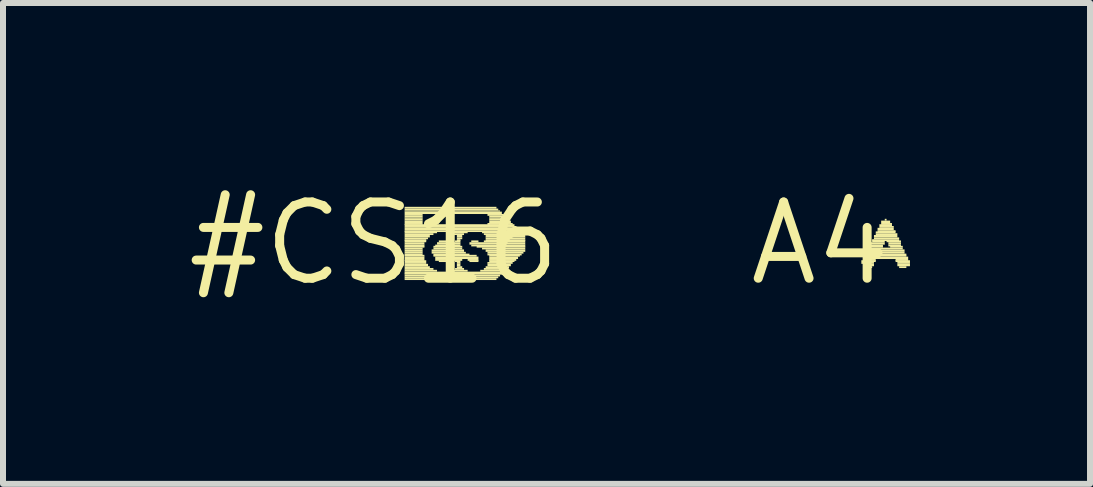
<source format=kicad_pcb>
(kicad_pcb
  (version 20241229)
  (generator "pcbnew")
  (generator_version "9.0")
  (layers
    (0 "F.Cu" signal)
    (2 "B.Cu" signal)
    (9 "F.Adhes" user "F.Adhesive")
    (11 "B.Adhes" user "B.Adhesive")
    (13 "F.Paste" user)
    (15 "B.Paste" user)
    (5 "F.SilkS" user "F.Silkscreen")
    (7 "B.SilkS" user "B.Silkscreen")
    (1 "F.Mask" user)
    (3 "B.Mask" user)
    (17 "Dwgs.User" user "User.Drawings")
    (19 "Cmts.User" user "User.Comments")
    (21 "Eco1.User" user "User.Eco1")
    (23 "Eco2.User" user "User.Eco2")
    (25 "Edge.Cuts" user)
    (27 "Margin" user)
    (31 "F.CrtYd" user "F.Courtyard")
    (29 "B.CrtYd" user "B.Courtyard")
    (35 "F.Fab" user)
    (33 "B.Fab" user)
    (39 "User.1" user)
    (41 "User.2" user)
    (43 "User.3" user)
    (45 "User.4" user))
  (footprint "A4"
    (layer "F.Cu")
    (at 10.612 1.006)
    (property "Reference" "A4" (at 0 0 0) (layer "F.SilkS") (effects (font (size 1.27 1.27) (thickness 0.15))))
    (fp_poly (pts (xy 0.69 0.31) (xy 0.93 0.31) (xy 0.93 0.28) (xy 0.69 0.28)) (stroke (width 0) (type solid)) (fill yes) (layer "F.SilkS"))
    (fp_poly (pts (xy 0.69 0.34) (xy 0.9 0.34) (xy 0.9 0.31) (xy 0.69 0.31)) (stroke (width 0) (type solid)) (fill yes) (layer "F.SilkS"))
    (fp_poly (pts (xy 0.72 0.26) (xy 1.47 0.26) (xy 1.47 0.22) (xy 0.72 0.22)) (stroke (width 0) (type solid)) (fill yes) (layer "F.SilkS"))
    (fp_poly (pts (xy 0.72 0.29) (xy 0.93 0.29) (xy 0.93 0.26) (xy 0.72 0.26)) (stroke (width 0) (type solid)) (fill yes) (layer "F.SilkS"))
    (fp_poly (pts (xy 0.72 0.38) (xy 0.9 0.38) (xy 0.9 0.34) (xy 0.72 0.34)) (stroke (width 0) (type solid)) (fill yes) (layer "F.SilkS"))
    (fp_poly (pts (xy 0.75 0.2) (xy 1.44 0.2) (xy 1.44 0.17) (xy 0.75 0.17)) (stroke (width 0) (type solid)) (fill yes) (layer "F.SilkS"))
    (fp_poly (pts (xy 0.75 0.22) (xy 1.44 0.22) (xy 1.44 0.19) (xy 0.75 0.19)) (stroke (width 0) (type solid)) (fill yes) (layer "F.SilkS"))
    (fp_poly (pts (xy 0.75 0.41) (xy 0.87 0.41) (xy 0.87 0.38) (xy 0.75 0.38)) (stroke (width 0) (type solid)) (fill yes) (layer "F.SilkS"))
    (fp_poly (pts (xy 0.78 0.14) (xy 1.41 0.14) (xy 1.41 0.1) (xy 0.78 0.1)) (stroke (width 0) (type solid)) (fill yes) (layer "F.SilkS"))
    (fp_poly (pts (xy 0.78 0.17) (xy 1.41 0.17) (xy 1.41 0.14) (xy 0.78 0.14)) (stroke (width 0) (type solid)) (fill yes) (layer "F.SilkS"))
    (fp_poly (pts (xy 0.81 0.07) (xy 1.05 0.07) (xy 1.05 0.04) (xy 0.81 0.04)) (stroke (width 0) (type solid)) (fill yes) (layer "F.SilkS"))
    (fp_poly (pts (xy 0.81 0.1) (xy 1.38 0.1) (xy 1.38 0.07) (xy 0.81 0.07)) (stroke (width 0) (type solid)) (fill yes) (layer "F.SilkS"))
    (fp_poly (pts (xy 0.84 0.02) (xy 1.08 0.02) (xy 1.08 -0.02) (xy 0.84 -0.02)) (stroke (width 0) (type solid)) (fill yes) (layer "F.SilkS"))
    (fp_poly (pts (xy 0.84 0.05) (xy 1.05 0.05) (xy 1.05 0.02) (xy 0.84 0.02)) (stroke (width 0) (type solid)) (fill yes) (layer "F.SilkS"))
    (fp_poly (pts (xy 0.87 -0.04) (xy 1.32 -0.04) (xy 1.32 -0.07) (xy 0.87 -0.07)) (stroke (width 0) (type solid)) (fill yes) (layer "F.SilkS"))
    (fp_poly (pts (xy 0.87 -0.02) (xy 1.08 -0.02) (xy 1.08 -0.05) (xy 0.87 -0.05)) (stroke (width 0) (type solid)) (fill yes) (layer "F.SilkS"))
    (fp_poly (pts (xy 0.9 -0.1) (xy 1.29 -0.1) (xy 1.29 -0.14) (xy 0.9 -0.14)) (stroke (width 0) (type solid)) (fill yes) (layer "F.SilkS"))
    (fp_poly (pts (xy 0.9 -0.07) (xy 1.32 -0.07) (xy 1.32 -0.1) (xy 0.9 -0.1)) (stroke (width 0) (type solid)) (fill yes) (layer "F.SilkS"))
    (fp_poly (pts (xy 0.93 -0.17) (xy 1.26 -0.17) (xy 1.26 -0.2) (xy 0.93 -0.2)) (stroke (width 0) (type solid)) (fill yes) (layer "F.SilkS"))
    (fp_poly (pts (xy 0.93 -0.14) (xy 1.29 -0.14) (xy 1.29 -0.17) (xy 0.93 -0.17)) (stroke (width 0) (type solid)) (fill yes) (layer "F.SilkS"))
    (fp_poly (pts (xy 0.96 -0.22) (xy 1.23 -0.22) (xy 1.23 -0.26) (xy 0.96 -0.26)) (stroke (width 0) (type solid)) (fill yes) (layer "F.SilkS"))
    (fp_poly (pts (xy 0.96 -0.19) (xy 1.26 -0.19) (xy 1.26 -0.22) (xy 0.96 -0.22)) (stroke (width 0) (type solid)) (fill yes) (layer "F.SilkS"))
    (fp_poly (pts (xy 0.99 -0.29) (xy 1.2 -0.29) (xy 1.2 -0.32) (xy 0.99 -0.32)) (stroke (width 0) (type solid)) (fill yes) (layer "F.SilkS"))
    (fp_poly (pts (xy 0.99 -0.26) (xy 1.23 -0.26) (xy 1.23 -0.29) (xy 0.99 -0.29)) (stroke (width 0) (type solid)) (fill yes) (layer "F.SilkS"))
    (fp_poly (pts (xy 1.02 -0.34) (xy 1.17 -0.34) (xy 1.17 -0.38) (xy 1.02 -0.38)) (stroke (width 0) (type solid)) (fill yes) (layer "F.SilkS"))
    (fp_poly (pts (xy 1.02 -0.31) (xy 1.2 -0.31) (xy 1.2 -0.34) (xy 1.02 -0.34)) (stroke (width 0) (type solid)) (fill yes) (layer "F.SilkS"))
    (fp_poly (pts (xy 1.08 -0.38) (xy 1.11 -0.38) (xy 1.11 -0.41) (xy 1.08 -0.41)) (stroke (width 0) (type solid)) (fill yes) (layer "F.SilkS"))
    (fp_poly (pts (xy 1.11 -0.02) (xy 1.35 -0.02) (xy 1.35 -0.05) (xy 1.11 -0.05)) (stroke (width 0) (type solid)) (fill yes) (layer "F.SilkS"))
    (fp_poly (pts (xy 1.14 0.02) (xy 1.35 0.02) (xy 1.35 -0.02) (xy 1.14 -0.02)) (stroke (width 0) (type solid)) (fill yes) (layer "F.SilkS"))
    (fp_poly (pts (xy 1.14 0.05) (xy 1.35 0.05) (xy 1.35 0.02) (xy 1.14 0.02)) (stroke (width 0) (type solid)) (fill yes) (layer "F.SilkS"))
    (fp_poly (pts (xy 1.17 0.07) (xy 1.38 0.07) (xy 1.38 0.04) (xy 1.17 0.04)) (stroke (width 0) (type solid)) (fill yes) (layer "F.SilkS"))
    (fp_poly (pts (xy 1.26 0.29) (xy 1.47 0.29) (xy 1.47 0.26) (xy 1.26 0.26)) (stroke (width 0) (type solid)) (fill yes) (layer "F.SilkS"))
    (fp_poly (pts (xy 1.26 0.31) (xy 1.5 0.31) (xy 1.5 0.28) (xy 1.26 0.28)) (stroke (width 0) (type solid)) (fill yes) (layer "F.SilkS"))
    (fp_poly (pts (xy 1.29 0.34) (xy 1.5 0.34) (xy 1.5 0.31) (xy 1.29 0.31)) (stroke (width 0) (type solid)) (fill yes) (layer "F.SilkS"))
    (fp_poly (pts (xy 1.29 0.38) (xy 1.5 0.38) (xy 1.5 0.34) (xy 1.29 0.34)) (stroke (width 0) (type solid)) (fill yes) (layer "F.SilkS"))
    (fp_poly (pts (xy 1.32 0.41) (xy 1.44 0.41) (xy 1.44 0.38) (xy 1.32 0.38)) (stroke (width 0) (type solid)) (fill yes) (layer "F.SilkS")))
  (footprint "#CS16"
    (layer "F.Cu")
    (at 3.182 1.006)
    (property "Reference" "#CS16" (at 0 0 0) (layer "F.SilkS") (effects (font (size 1.27 1.27) (thickness 0.15))))
    (fp_poly (pts (xy 0.51 -0.58) (xy 2.04 -0.58) (xy 2.04 -0.61) (xy 0.51 -0.61)) (stroke (width 0) (type solid)) (fill yes) (layer "F.SilkS"))
    (fp_poly (pts (xy 0.51 -0.55) (xy 2.07 -0.55) (xy 2.07 -0.58) (xy 0.51 -0.58)) (stroke (width 0) (type solid)) (fill yes) (layer "F.SilkS"))
    (fp_poly (pts (xy 0.51 -0.53) (xy 2.1 -0.53) (xy 2.1 -0.55) (xy 0.51 -0.55)) (stroke (width 0) (type solid)) (fill yes) (layer "F.SilkS"))
    (fp_poly (pts (xy 0.51 -0.49) (xy 2.13 -0.49) (xy 2.13 -0.53) (xy 0.51 -0.53)) (stroke (width 0) (type solid)) (fill yes) (layer "F.SilkS"))
    (fp_poly (pts (xy 0.51 -0.46) (xy 0.81 -0.46) (xy 0.81 -0.49) (xy 0.51 -0.49)) (stroke (width 0) (type solid)) (fill yes) (layer "F.SilkS"))
    (fp_poly (pts (xy 0.51 -0.43) (xy 0.81 -0.43) (xy 0.81 -0.46) (xy 0.51 -0.46)) (stroke (width 0) (type solid)) (fill yes) (layer "F.SilkS"))
    (fp_poly (pts (xy 0.51 -0.41) (xy 0.81 -0.41) (xy 0.81 -0.43) (xy 0.51 -0.43)) (stroke (width 0) (type solid)) (fill yes) (layer "F.SilkS"))
    (fp_poly (pts (xy 0.51 -0.38) (xy 0.81 -0.38) (xy 0.81 -0.41) (xy 0.51 -0.41)) (stroke (width 0) (type solid)) (fill yes) (layer "F.SilkS"))
    (fp_poly (pts (xy 0.51 -0.34) (xy 0.81 -0.34) (xy 0.81 -0.38) (xy 0.51 -0.38)) (stroke (width 0) (type solid)) (fill yes) (layer "F.SilkS"))
    (fp_poly (pts (xy 0.51 -0.31) (xy 0.81 -0.31) (xy 0.81 -0.34) (xy 0.51 -0.34)) (stroke (width 0) (type solid)) (fill yes) (layer "F.SilkS"))
    (fp_poly (pts (xy 0.51 -0.29) (xy 2.34 -0.29) (xy 2.34 -0.32) (xy 0.51 -0.32)) (stroke (width 0) (type solid)) (fill yes) (layer "F.SilkS"))
    (fp_poly (pts (xy 0.51 -0.26) (xy 2.37 -0.26) (xy 2.37 -0.29) (xy 0.51 -0.29)) (stroke (width 0) (type solid)) (fill yes) (layer "F.SilkS"))
    (fp_poly (pts (xy 0.51 -0.22) (xy 2.4 -0.22) (xy 2.4 -0.26) (xy 0.51 -0.26)) (stroke (width 0) (type solid)) (fill yes) (layer "F.SilkS"))
    (fp_poly (pts (xy 0.51 -0.19) (xy 2.43 -0.19) (xy 2.43 -0.22) (xy 0.51 -0.22)) (stroke (width 0) (type solid)) (fill yes) (layer "F.SilkS"))
    (fp_poly (pts (xy 0.51 -0.17) (xy 1.05 -0.17) (xy 1.05 -0.2) (xy 0.51 -0.2)) (stroke (width 0) (type solid)) (fill yes) (layer "F.SilkS"))
    (fp_poly (pts (xy 0.51 -0.14) (xy 0.99 -0.14) (xy 0.99 -0.17) (xy 0.51 -0.17)) (stroke (width 0) (type solid)) (fill yes) (layer "F.SilkS"))
    (fp_poly (pts (xy 0.51 -0.1) (xy 0.93 -0.1) (xy 0.93 -0.14) (xy 0.51 -0.14)) (stroke (width 0) (type solid)) (fill yes) (layer "F.SilkS"))
    (fp_poly (pts (xy 0.51 -0.07) (xy 0.9 -0.07) (xy 0.9 -0.1) (xy 0.51 -0.1)) (stroke (width 0) (type solid)) (fill yes) (layer "F.SilkS"))
    (fp_poly (pts (xy 0.51 -0.04) (xy 0.87 -0.04) (xy 0.87 -0.07) (xy 0.51 -0.07)) (stroke (width 0) (type solid)) (fill yes) (layer "F.SilkS"))
    (fp_poly (pts (xy 0.51 -0.02) (xy 0.87 -0.02) (xy 0.87 -0.05) (xy 0.51 -0.05)) (stroke (width 0) (type solid)) (fill yes) (layer "F.SilkS"))
    (fp_poly (pts (xy 0.51 0.02) (xy 0.84 0.02) (xy 0.84 -0.02) (xy 0.51 -0.02)) (stroke (width 0) (type solid)) (fill yes) (layer "F.SilkS"))
    (fp_poly (pts (xy 0.51 0.05) (xy 0.84 0.05) (xy 0.84 0.02) (xy 0.51 0.02)) (stroke (width 0) (type solid)) (fill yes) (layer "F.SilkS"))
    (fp_poly (pts (xy 0.51 0.07) (xy 0.84 0.07) (xy 0.84 0.04) (xy 0.51 0.04)) (stroke (width 0) (type solid)) (fill yes) (layer "F.SilkS"))
    (fp_poly (pts (xy 0.51 0.1) (xy 0.81 0.1) (xy 0.81 0.07) (xy 0.51 0.07)) (stroke (width 0) (type solid)) (fill yes) (layer "F.SilkS"))
    (fp_poly (pts (xy 0.51 0.14) (xy 0.81 0.14) (xy 0.81 0.1) (xy 0.51 0.1)) (stroke (width 0) (type solid)) (fill yes) (layer "F.SilkS"))
    (fp_poly (pts (xy 0.51 0.17) (xy 0.81 0.17) (xy 0.81 0.14) (xy 0.51 0.14)) (stroke (width 0) (type solid)) (fill yes) (layer "F.SilkS"))
    (fp_poly (pts (xy 0.51 0.2) (xy 0.81 0.2) (xy 0.81 0.17) (xy 0.51 0.17)) (stroke (width 0) (type solid)) (fill yes) (layer "F.SilkS"))
    (fp_poly (pts (xy 0.51 0.22) (xy 0.84 0.22) (xy 0.84 0.19) (xy 0.51 0.19)) (stroke (width 0) (type solid)) (fill yes) (layer "F.SilkS"))
    (fp_poly (pts (xy 0.51 0.26) (xy 0.84 0.26) (xy 0.84 0.22) (xy 0.51 0.22)) (stroke (width 0) (type solid)) (fill yes) (layer "F.SilkS"))
    (fp_poly (pts (xy 0.51 0.29) (xy 0.84 0.29) (xy 0.84 0.26) (xy 0.51 0.26)) (stroke (width 0) (type solid)) (fill yes) (layer "F.SilkS"))
    (fp_poly (pts (xy 0.51 0.31) (xy 0.87 0.31) (xy 0.87 0.28) (xy 0.51 0.28)) (stroke (width 0) (type solid)) (fill yes) (layer "F.SilkS"))
    (fp_poly (pts (xy 0.51 0.34) (xy 0.87 0.34) (xy 0.87 0.31) (xy 0.51 0.31)) (stroke (width 0) (type solid)) (fill yes) (layer "F.SilkS"))
    (fp_poly (pts (xy 0.51 0.38) (xy 0.9 0.38) (xy 0.9 0.34) (xy 0.51 0.34)) (stroke (width 0) (type solid)) (fill yes) (layer "F.SilkS"))
    (fp_poly (pts (xy 0.51 0.41) (xy 0.93 0.41) (xy 0.93 0.38) (xy 0.51 0.38)) (stroke (width 0) (type solid)) (fill yes) (layer "F.SilkS"))
    (fp_poly (pts (xy 0.51 0.44) (xy 0.99 0.44) (xy 0.99 0.41) (xy 0.51 0.41)) (stroke (width 0) (type solid)) (fill yes) (layer "F.SilkS"))
    (fp_poly (pts (xy 0.51 0.47) (xy 1.05 0.47) (xy 1.05 0.44) (xy 0.51 0.44)) (stroke (width 0) (type solid)) (fill yes) (layer "F.SilkS"))
    (fp_poly (pts (xy 0.51 0.5) (xy 2.16 0.5) (xy 2.16 0.47) (xy 0.51 0.47)) (stroke (width 0) (type solid)) (fill yes) (layer "F.SilkS"))
    (fp_poly (pts (xy 0.51 0.52) (xy 2.13 0.52) (xy 2.13 0.49) (xy 0.51 0.49)) (stroke (width 0) (type solid)) (fill yes) (layer "F.SilkS"))
    (fp_poly (pts (xy 0.51 0.55) (xy 2.1 0.55) (xy 2.1 0.52) (xy 0.51 0.52)) (stroke (width 0) (type solid)) (fill yes) (layer "F.SilkS"))
    (fp_poly (pts (xy 0.51 0.58) (xy 2.07 0.58) (xy 2.07 0.55) (xy 0.51 0.55)) (stroke (width 0) (type solid)) (fill yes) (layer "F.SilkS"))
    (fp_poly (pts (xy 0.51 0.61) (xy 2.04 0.61) (xy 2.04 0.58) (xy 0.51 0.58)) (stroke (width 0) (type solid)) (fill yes) (layer "F.SilkS"))
    (fp_poly (pts (xy 0.96 0.14) (xy 1.5 0.14) (xy 1.5 0.1) (xy 0.96 0.1)) (stroke (width 0) (type solid)) (fill yes) (layer "F.SilkS"))
    (fp_poly (pts (xy 0.96 0.17) (xy 1.53 0.17) (xy 1.53 0.14) (xy 0.96 0.14)) (stroke (width 0) (type solid)) (fill yes) (layer "F.SilkS"))
    (fp_poly (pts (xy 0.99 0.07) (xy 1.47 0.07) (xy 1.47 0.04) (xy 0.99 0.04)) (stroke (width 0) (type solid)) (fill yes) (layer "F.SilkS"))
    (fp_poly (pts (xy 0.99 0.1) (xy 1.47 0.1) (xy 1.47 0.07) (xy 0.99 0.07)) (stroke (width 0) (type solid)) (fill yes) (layer "F.SilkS"))
    (fp_poly (pts (xy 0.99 0.2) (xy 1.59 0.2) (xy 1.59 0.17) (xy 0.99 0.17)) (stroke (width 0) (type solid)) (fill yes) (layer "F.SilkS"))
    (fp_poly (pts (xy 0.99 0.22) (xy 1.71 0.22) (xy 1.71 0.19) (xy 0.99 0.19)) (stroke (width 0) (type solid)) (fill yes) (layer "F.SilkS"))
    (fp_poly (pts (xy 1.02 0.05) (xy 1.44 0.05) (xy 1.44 0.02) (xy 1.02 0.02)) (stroke (width 0) (type solid)) (fill yes) (layer "F.SilkS"))
    (fp_poly (pts (xy 1.02 0.26) (xy 1.74 0.26) (xy 1.74 0.22) (xy 1.02 0.22)) (stroke (width 0) (type solid)) (fill yes) (layer "F.SilkS"))
    (fp_poly (pts (xy 1.02 0.29) (xy 1.29 0.29) (xy 1.29 0.26) (xy 1.02 0.26)) (stroke (width 0) (type solid)) (fill yes) (layer "F.SilkS"))
    (fp_poly (pts (xy 1.05 0.02) (xy 1.29 0.02) (xy 1.29 -0.02) (xy 1.05 -0.02)) (stroke (width 0) (type solid)) (fill yes) (layer "F.SilkS"))
    (fp_poly (pts (xy 1.08 -0.02) (xy 1.23 -0.02) (xy 1.23 -0.05) (xy 1.08 -0.05)) (stroke (width 0) (type solid)) (fill yes) (layer "F.SilkS"))
    (fp_poly (pts (xy 1.08 0.31) (xy 1.23 0.31) (xy 1.23 0.28) (xy 1.08 0.28)) (stroke (width 0) (type solid)) (fill yes) (layer "F.SilkS"))
    (fp_poly (pts (xy 1.26 -0.17) (xy 1.56 -0.17) (xy 1.56 -0.2) (xy 1.26 -0.2)) (stroke (width 0) (type solid)) (fill yes) (layer "F.SilkS"))
    (fp_poly (pts (xy 1.26 0.47) (xy 1.56 0.47) (xy 1.56 0.44) (xy 1.26 0.44)) (stroke (width 0) (type solid)) (fill yes) (layer "F.SilkS"))
    (fp_poly (pts (xy 1.32 -0.14) (xy 1.5 -0.14) (xy 1.5 -0.17) (xy 1.32 -0.17)) (stroke (width 0) (type solid)) (fill yes) (layer "F.SilkS"))
    (fp_poly (pts (xy 1.32 0.02) (xy 1.44 0.02) (xy 1.44 -0.02) (xy 1.32 -0.02)) (stroke (width 0) (type solid)) (fill yes) (layer "F.SilkS"))
    (fp_poly (pts (xy 1.32 0.29) (xy 1.47 0.29) (xy 1.47 0.26) (xy 1.32 0.26)) (stroke (width 0) (type solid)) (fill yes) (layer "F.SilkS"))
    (fp_poly (pts (xy 1.35 -0.02) (xy 1.44 -0.02) (xy 1.44 -0.05) (xy 1.35 -0.05)) (stroke (width 0) (type solid)) (fill yes) (layer "F.SilkS"))
    (fp_poly (pts (xy 1.35 0.31) (xy 1.44 0.31) (xy 1.44 0.28) (xy 1.35 0.28)) (stroke (width 0) (type solid)) (fill yes) (layer "F.SilkS"))
    (fp_poly (pts (xy 1.35 0.44) (xy 1.5 0.44) (xy 1.5 0.41) (xy 1.35 0.41)) (stroke (width 0) (type solid)) (fill yes) (layer "F.SilkS"))
    (fp_poly (pts (xy 1.38 -0.1) (xy 1.47 -0.1) (xy 1.47 -0.14) (xy 1.38 -0.14)) (stroke (width 0) (type solid)) (fill yes) (layer "F.SilkS"))
    (fp_poly (pts (xy 1.38 -0.07) (xy 1.47 -0.07) (xy 1.47 -0.1) (xy 1.38 -0.1)) (stroke (width 0) (type solid)) (fill yes) (layer "F.SilkS"))
    (fp_poly (pts (xy 1.38 -0.04) (xy 1.44 -0.04) (xy 1.44 -0.07) (xy 1.38 -0.07)) (stroke (width 0) (type solid)) (fill yes) (layer "F.SilkS"))
    (fp_poly (pts (xy 1.38 0.34) (xy 1.44 0.34) (xy 1.44 0.31) (xy 1.38 0.31)) (stroke (width 0) (type solid)) (fill yes) (layer "F.SilkS"))
    (fp_poly (pts (xy 1.38 0.38) (xy 1.44 0.38) (xy 1.44 0.34) (xy 1.38 0.34)) (stroke (width 0) (type solid)) (fill yes) (layer "F.SilkS"))
    (fp_poly (pts (xy 1.38 0.41) (xy 1.47 0.41) (xy 1.47 0.38) (xy 1.38 0.38)) (stroke (width 0) (type solid)) (fill yes) (layer "F.SilkS"))
    (fp_poly (pts (xy 1.56 0.29) (xy 1.74 0.29) (xy 1.74 0.26) (xy 1.56 0.26)) (stroke (width 0) (type solid)) (fill yes) (layer "F.SilkS"))
    (fp_poly (pts (xy 1.59 0.02) (xy 2.52 0.02) (xy 2.52 -0.02) (xy 1.59 -0.02)) (stroke (width 0) (type solid)) (fill yes) (layer "F.SilkS"))
    (fp_poly (pts (xy 1.59 0.31) (xy 1.74 0.31) (xy 1.74 0.28) (xy 1.59 0.28)) (stroke (width 0) (type solid)) (fill yes) (layer "F.SilkS"))
    (fp_poly (pts (xy 1.62 -0.02) (xy 1.74 -0.02) (xy 1.74 -0.05) (xy 1.62 -0.05)) (stroke (width 0) (type solid)) (fill yes) (layer "F.SilkS"))
    (fp_poly (pts (xy 1.62 0.05) (xy 2.52 0.05) (xy 2.52 0.02) (xy 1.62 0.02)) (stroke (width 0) (type solid)) (fill yes) (layer "F.SilkS"))
    (fp_poly (pts (xy 1.71 0.07) (xy 2.52 0.07) (xy 2.52 0.04) (xy 1.71 0.04)) (stroke (width 0) (type solid)) (fill yes) (layer "F.SilkS"))
    (fp_poly (pts (xy 1.77 0.47) (xy 2.19 0.47) (xy 2.19 0.44) (xy 1.77 0.44)) (stroke (width 0) (type solid)) (fill yes) (layer "F.SilkS"))
    (fp_poly (pts (xy 1.8 -0.17) (xy 2.46 -0.17) (xy 2.46 -0.2) (xy 1.8 -0.2)) (stroke (width 0) (type solid)) (fill yes) (layer "F.SilkS"))
    (fp_poly (pts (xy 1.8 0.1) (xy 2.52 0.1) (xy 2.52 0.07) (xy 1.8 0.07)) (stroke (width 0) (type solid)) (fill yes) (layer "F.SilkS"))
    (fp_poly (pts (xy 1.83 -0.14) (xy 2.49 -0.14) (xy 2.49 -0.17) (xy 1.83 -0.17)) (stroke (width 0) (type solid)) (fill yes) (layer "F.SilkS"))
    (fp_poly (pts (xy 1.83 -0.02) (xy 2.52 -0.02) (xy 2.52 -0.05) (xy 1.83 -0.05)) (stroke (width 0) (type solid)) (fill yes) (layer "F.SilkS"))
    (fp_poly (pts (xy 1.83 0.44) (xy 2.22 0.44) (xy 2.22 0.41) (xy 1.83 0.41)) (stroke (width 0) (type solid)) (fill yes) (layer "F.SilkS"))
    (fp_poly (pts (xy 1.86 -0.1) (xy 2.52 -0.1) (xy 2.52 -0.14) (xy 1.86 -0.14)) (stroke (width 0) (type solid)) (fill yes) (layer "F.SilkS"))
    (fp_poly (pts (xy 1.86 -0.07) (xy 2.52 -0.07) (xy 2.52 -0.1) (xy 1.86 -0.1)) (stroke (width 0) (type solid)) (fill yes) (layer "F.SilkS"))
    (fp_poly (pts (xy 1.86 -0.04) (xy 2.52 -0.04) (xy 2.52 -0.07) (xy 1.86 -0.07)) (stroke (width 0) (type solid)) (fill yes) (layer "F.SilkS"))
    (fp_poly (pts (xy 1.86 0.14) (xy 2.52 0.14) (xy 2.52 0.1) (xy 1.86 0.1)) (stroke (width 0) (type solid)) (fill yes) (layer "F.SilkS"))
    (fp_poly (pts (xy 1.86 0.41) (xy 2.25 0.41) (xy 2.25 0.38) (xy 1.86 0.38)) (stroke (width 0) (type solid)) (fill yes) (layer "F.SilkS"))
    (fp_poly (pts (xy 1.89 -0.46) (xy 2.16 -0.46) (xy 2.16 -0.49) (xy 1.89 -0.49)) (stroke (width 0) (type solid)) (fill yes) (layer "F.SilkS"))
    (fp_poly (pts (xy 1.89 -0.31) (xy 2.31 -0.31) (xy 2.31 -0.34) (xy 1.89 -0.34)) (stroke (width 0) (type solid)) (fill yes) (layer "F.SilkS"))
    (fp_poly (pts (xy 1.89 0.17) (xy 2.49 0.17) (xy 2.49 0.14) (xy 1.89 0.14)) (stroke (width 0) (type solid)) (fill yes) (layer "F.SilkS"))
    (fp_poly (pts (xy 1.89 0.2) (xy 2.46 0.2) (xy 2.46 0.17) (xy 1.89 0.17)) (stroke (width 0) (type solid)) (fill yes) (layer "F.SilkS"))
    (fp_poly (pts (xy 1.89 0.34) (xy 2.31 0.34) (xy 2.31 0.31) (xy 1.89 0.31)) (stroke (width 0) (type solid)) (fill yes) (layer "F.SilkS"))
    (fp_poly (pts (xy 1.89 0.38) (xy 2.28 0.38) (xy 2.28 0.34) (xy 1.89 0.34)) (stroke (width 0) (type solid)) (fill yes) (layer "F.SilkS"))
    (fp_poly (pts (xy 1.92 -0.43) (xy 2.19 -0.43) (xy 2.19 -0.46) (xy 1.92 -0.46)) (stroke (width 0) (type solid)) (fill yes) (layer "F.SilkS"))
    (fp_poly (pts (xy 1.92 -0.41) (xy 2.22 -0.41) (xy 2.22 -0.43) (xy 1.92 -0.43)) (stroke (width 0) (type solid)) (fill yes) (layer "F.SilkS"))
    (fp_poly (pts (xy 1.92 -0.38) (xy 2.25 -0.38) (xy 2.25 -0.41) (xy 1.92 -0.41)) (stroke (width 0) (type solid)) (fill yes) (layer "F.SilkS"))
    (fp_poly (pts (xy 1.92 -0.34) (xy 2.28 -0.34) (xy 2.28 -0.38) (xy 1.92 -0.38)) (stroke (width 0) (type solid)) (fill yes) (layer "F.SilkS"))
    (fp_poly (pts (xy 1.92 0.22) (xy 2.43 0.22) (xy 2.43 0.19) (xy 1.92 0.19)) (stroke (width 0) (type solid)) (fill yes) (layer "F.SilkS"))
    (fp_poly (pts (xy 1.92 0.26) (xy 2.4 0.26) (xy 2.4 0.22) (xy 1.92 0.22)) (stroke (width 0) (type solid)) (fill yes) (layer "F.SilkS"))
    (fp_poly (pts (xy 1.92 0.29) (xy 2.37 0.29) (xy 2.37 0.26) (xy 1.92 0.26)) (stroke (width 0) (type solid)) (fill yes) (layer "F.SilkS"))
    (fp_poly (pts (xy 1.92 0.31) (xy 2.34 0.31) (xy 2.34 0.28) (xy 1.92 0.28)) (stroke (width 0) (type solid)) (fill yes) (layer "F.SilkS")))
  (gr_rect
    (start -3 -3)
    (end 15.112 5.012)
    (stroke (width 0.1) (type default))
    (fill no)
    (layer "Edge.Cuts")))
</source>
